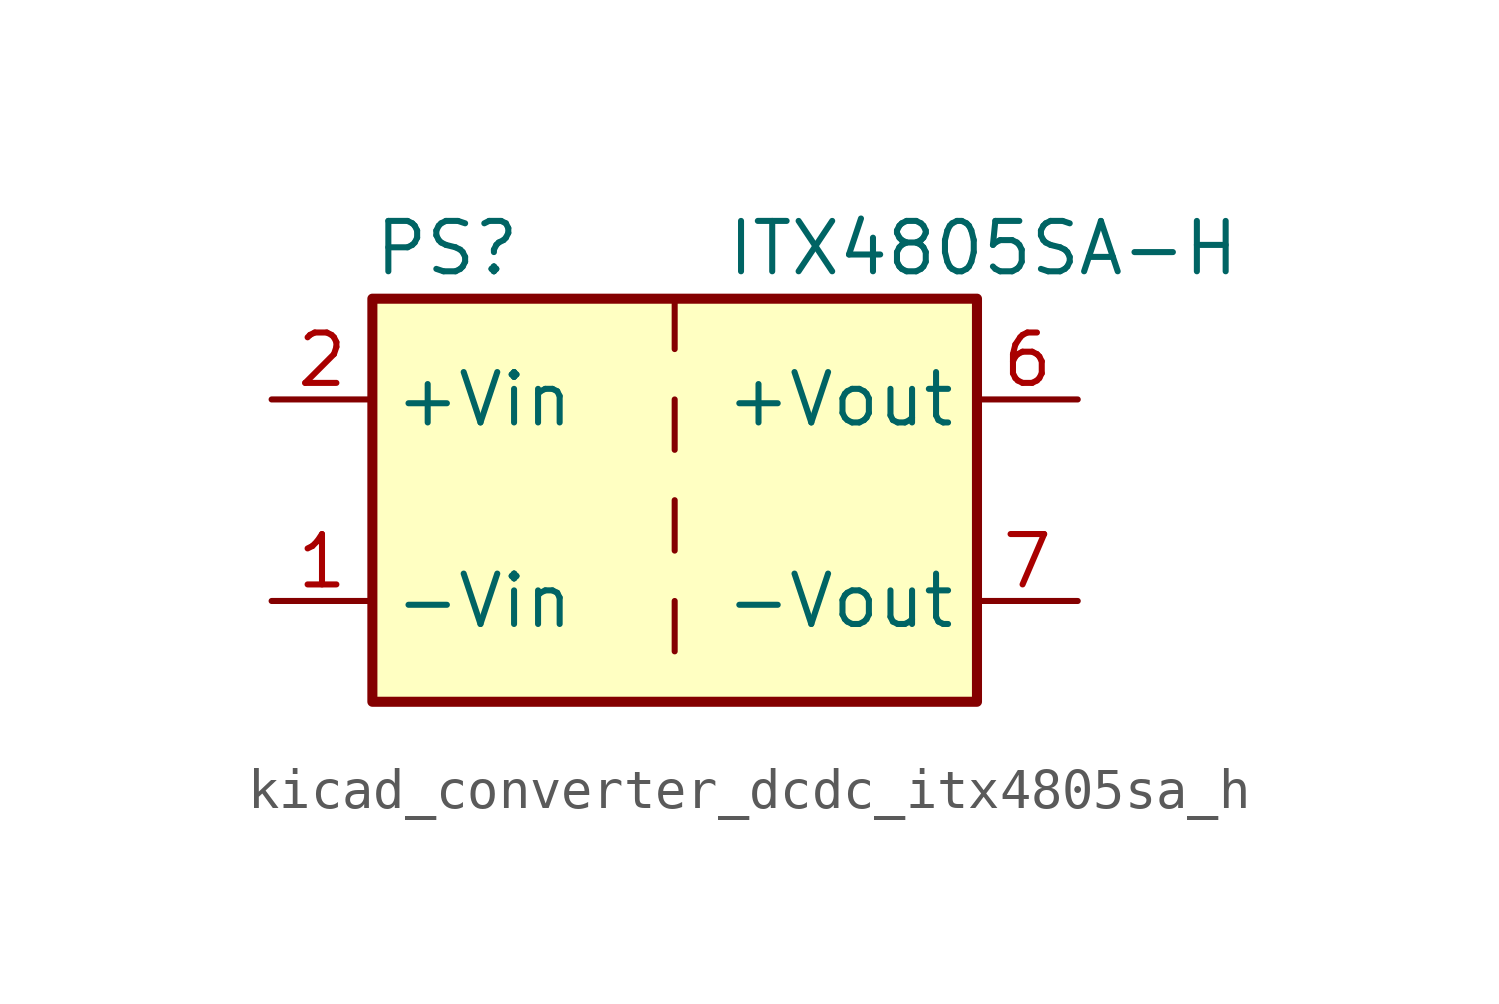
<source format=kicad_sym>
(kicad_symbol_lib
  (version 20220914)
  (generator kicad_symbol_editor)
  (symbol "kicad_converter_dcdc_itx4805sa_h"
    (property "Reference" "PS"
      (at -7.62 6.35 0)
      (effects (font (size 1.27 1.27)) (justify left)))
    (property "Value" "ITX4805SA-H"
      (at 1.27 6.35 0)
      (effects (font (size 1.27 1.27)) (justify left)))
    (symbol "kicad_converter_dcdc_itx4805sa_h_0_0"
      (pin power_in line (at -10.16 -2.54 0) (length 2.54) (name "-Vin" (effects (font (size 1.27 1.27)))) (number "1" (effects (font (size 1.27 1.27)))))
      (pin power_in line (at -10.16 2.54 0) (length 2.54) (name "+Vin" (effects (font (size 1.27 1.27)))) (number "2" (effects (font (size 1.27 1.27)))))
      (pin power_out line (at 10.16 2.54 180) (length 2.54) (name "+Vout" (effects (font (size 1.27 1.27)))) (number "6" (effects (font (size 1.27 1.27)))))
      (pin power_out line (at 10.16 -2.54 180) (length 2.54) (name "-Vout" (effects (font (size 1.27 1.27)))) (number "7" (effects (font (size 1.27 1.27)))))
      (pin no_connect line (at 7.62 0 180) (length 2.54) hide (name "NC" (effects (font (size 1.27 1.27)))) (number "8" (effects (font (size 1.27 1.27))))))
    (symbol "kicad_converter_dcdc_itx4805sa_h_0_1"
      (rectangle (start -7.62 5.08) (end 7.62 -5.08) (stroke (width 0.254) (type default)) (fill (type background)))
      (polyline (pts (xy 0 -2.54) (xy 0 -3.81)) (stroke (width 0) (type default)) (fill (type none)))
      (polyline (pts (xy 0 0) (xy 0 -1.27)) (stroke (width 0) (type default)) (fill (type none)))
      (polyline (pts (xy 0 2.54) (xy 0 1.27)) (stroke (width 0) (type default)) (fill (type none)))
      (polyline (pts (xy 0 5.08) (xy 0 3.81)) (stroke (width 0) (type default)) (fill (type none))))))
</source>
